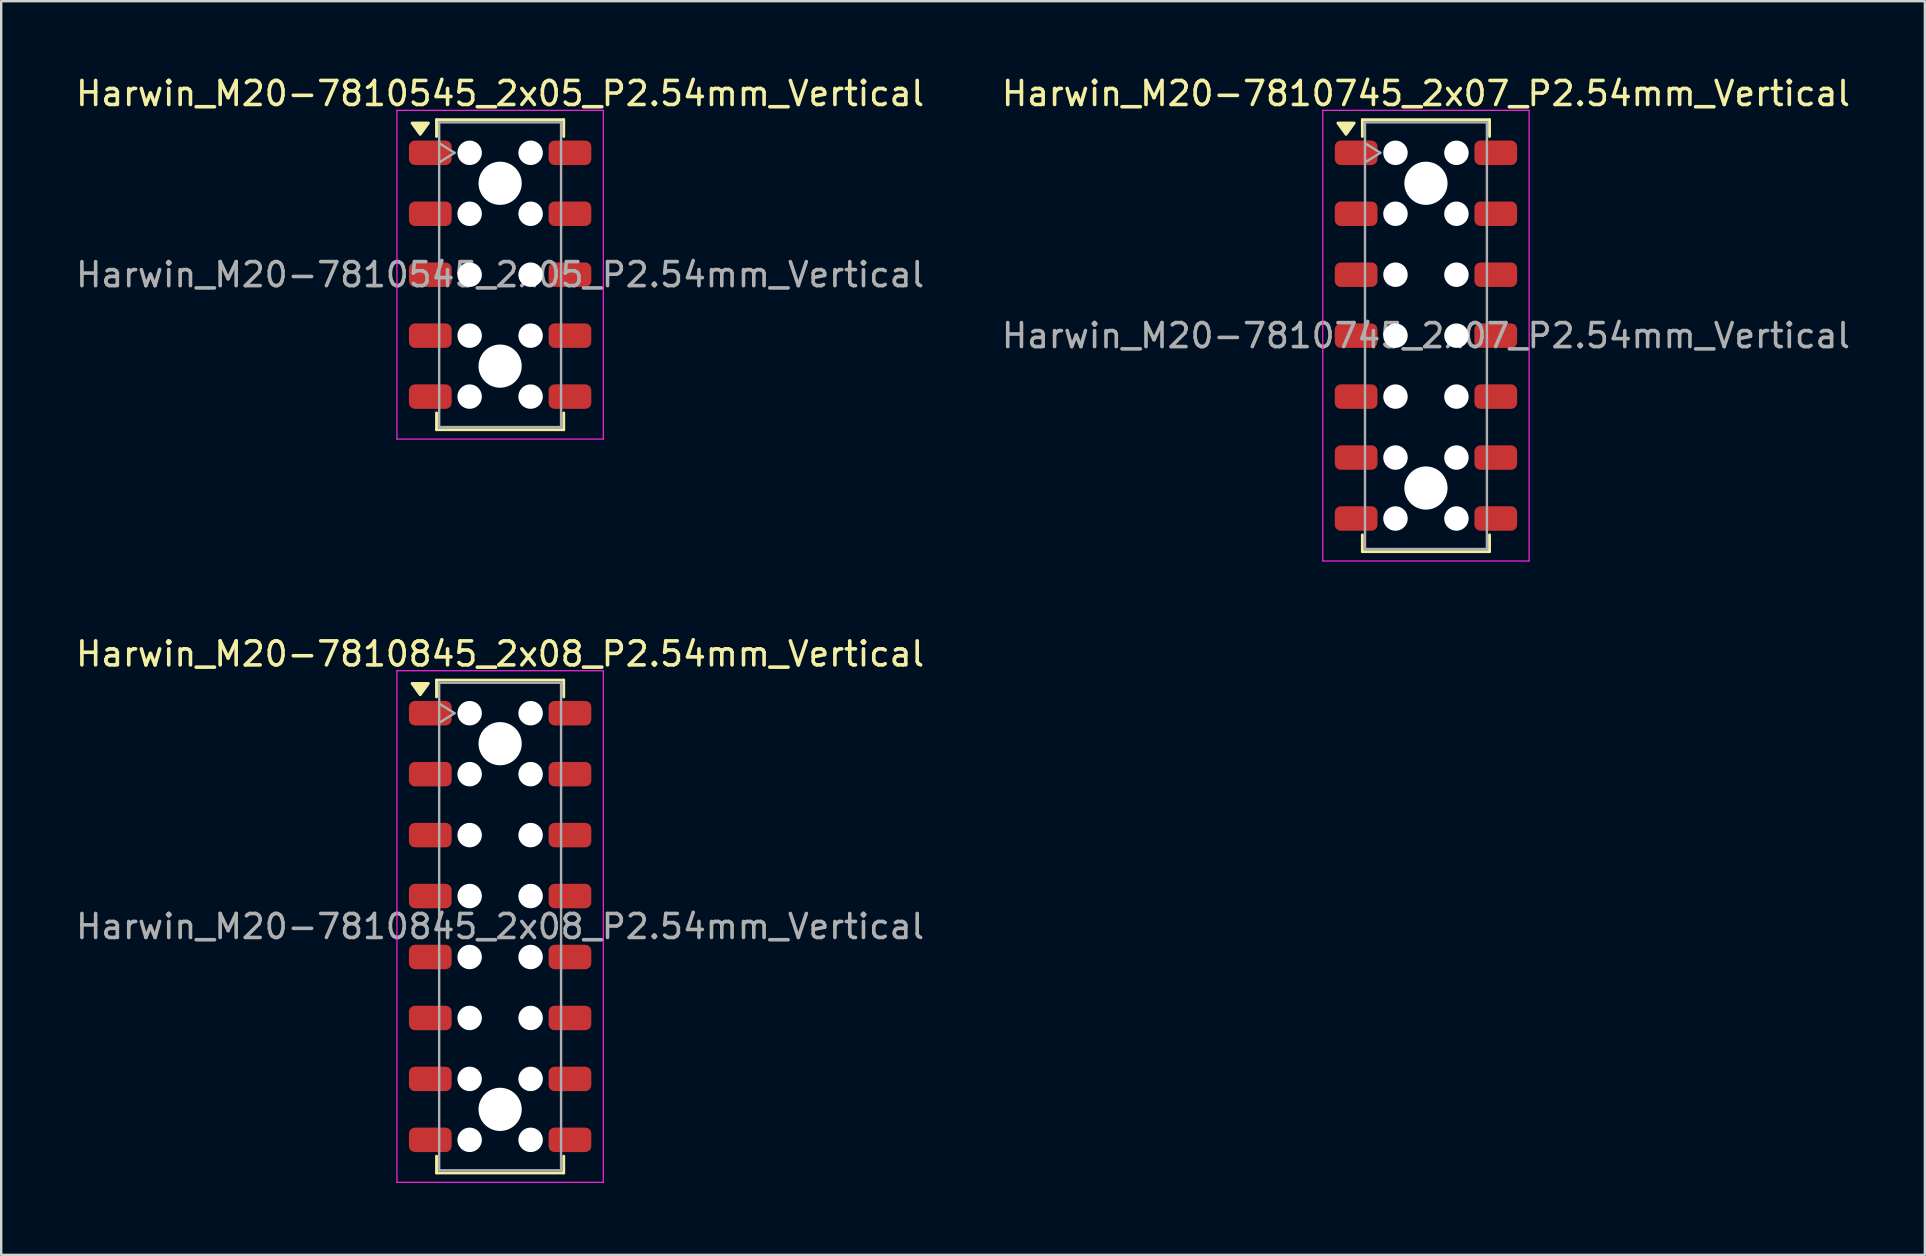
<source format=kicad_pcb>
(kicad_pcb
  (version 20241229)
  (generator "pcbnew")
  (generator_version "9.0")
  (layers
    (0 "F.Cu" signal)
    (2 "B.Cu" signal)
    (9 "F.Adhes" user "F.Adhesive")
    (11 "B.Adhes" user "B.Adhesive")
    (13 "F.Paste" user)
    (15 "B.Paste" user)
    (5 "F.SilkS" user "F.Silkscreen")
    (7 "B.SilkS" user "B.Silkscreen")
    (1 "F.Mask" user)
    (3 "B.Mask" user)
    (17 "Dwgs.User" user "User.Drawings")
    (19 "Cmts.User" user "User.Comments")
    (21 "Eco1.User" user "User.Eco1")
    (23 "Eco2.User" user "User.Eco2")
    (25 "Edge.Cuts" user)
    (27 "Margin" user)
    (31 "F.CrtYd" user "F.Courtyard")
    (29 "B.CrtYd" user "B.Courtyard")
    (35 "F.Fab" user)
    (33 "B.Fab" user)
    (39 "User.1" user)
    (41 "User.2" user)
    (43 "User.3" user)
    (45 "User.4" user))
  (footprint "Harwin_M20-7810745_2x07_P2.54mm_Vertical"
    (layer "F.Cu")
    (at 56.375 10.938)
    (property "Reference" "Harwin_M20-7810745_2x07_P2.54mm_Vertical" (at 0 -10.09 0) (layer "F.SilkS") (effects (font (size 1 1) (thickness 0.15))))
    (attr smd)
    (fp_line (start -2.65 -9) (end 2.65 -9) (stroke (width 0.12) (type solid)) (layer "F.SilkS"))
    (fp_line (start -2.65 -8.3) (end -2.65 -9) (stroke (width 0.12) (type solid)) (layer "F.SilkS"))
    (fp_line (start -2.65 8.3) (end -2.65 9) (stroke (width 0.12) (type solid)) (layer "F.SilkS"))
    (fp_line (start -2.65 9) (end 2.65 9) (stroke (width 0.12) (type solid)) (layer "F.SilkS"))
    (fp_line (start 2.65 -9) (end 2.65 -8.3) (stroke (width 0.12) (type solid)) (layer "F.SilkS"))
    (fp_line (start 2.65 9) (end 2.65 8.3) (stroke (width 0.12) (type solid)) (layer "F.SilkS"))
    (fp_poly (pts (xy -3.33 -8.39) (xy -3.67 -8.86) (xy -2.99 -8.86)) (stroke (width 0.12) (type solid)) (fill yes) (layer "F.SilkS"))
    (fp_line (start -4.3 -9.39) (end 4.3 -9.39) (stroke (width 0.05) (type solid)) (layer "F.CrtYd"))
    (fp_line (start -4.3 9.39) (end -4.3 -9.39) (stroke (width 0.05) (type solid)) (layer "F.CrtYd"))
    (fp_line (start 4.3 -9.39) (end 4.3 9.39) (stroke (width 0.05) (type solid)) (layer "F.CrtYd"))
    (fp_line (start 4.3 9.39) (end -4.3 9.39) (stroke (width 0.05) (type solid)) (layer "F.CrtYd"))
    (fp_line (start -2.54 -8.89) (end 2.54 -8.89) (stroke (width 0.1) (type solid)) (layer "F.Fab"))
    (fp_line (start -2.54 -8.02) (end -1.9 -7.62) (stroke (width 0.1) (type solid)) (layer "F.Fab"))
    (fp_line (start -2.54 8.89) (end -2.54 -8.89) (stroke (width 0.1) (type solid)) (layer "F.Fab"))
    (fp_line (start -1.9 -7.62) (end -2.54 -7.22) (stroke (width 0.1) (type solid)) (layer "F.Fab"))
    (fp_line (start 2.54 -8.89) (end 2.54 8.89) (stroke (width 0.1) (type solid)) (layer "F.Fab"))
    (fp_line (start 2.54 8.89) (end -2.54 8.89) (stroke (width 0.1) (type solid)) (layer "F.Fab"))
    (fp_text user "${REFERENCE}" (at 0 0 0) (layer "F.Fab") (effects (font (size 1 1) (thickness 0.15))))
    (pad "" np_thru_hole circle (at -1.27 -7.62) (size 1.02 1.02) (drill 1.02) (layers "*.Cu" "*.Mask"))
    (pad "" np_thru_hole circle (at -1.27 -5.08) (size 1.02 1.02) (drill 1.02) (layers "*.Cu" "*.Mask"))
    (pad "" np_thru_hole circle (at -1.27 -2.54) (size 1.02 1.02) (drill 1.02) (layers "*.Cu" "*.Mask"))
    (pad "" np_thru_hole circle (at -1.27 0) (size 1.02 1.02) (drill 1.02) (layers "*.Cu" "*.Mask"))
    (pad "" np_thru_hole circle (at -1.27 2.54) (size 1.02 1.02) (drill 1.02) (layers "*.Cu" "*.Mask"))
    (pad "" np_thru_hole circle (at -1.27 5.08) (size 1.02 1.02) (drill 1.02) (layers "*.Cu" "*.Mask"))
    (pad "" np_thru_hole circle (at -1.27 7.62) (size 1.02 1.02) (drill 1.02) (layers "*.Cu" "*.Mask"))
    (pad "" np_thru_hole circle (at 0 -6.35) (size 1.8 1.8) (drill 1.8) (layers "*.Cu" "*.Mask"))
    (pad "" np_thru_hole circle (at 0 6.35) (size 1.8 1.8) (drill 1.8) (layers "*.Cu" "*.Mask"))
    (pad "" np_thru_hole circle (at 1.27 -7.62) (size 1.02 1.02) (drill 1.02) (layers "*.Cu" "*.Mask"))
    (pad "" np_thru_hole circle (at 1.27 -5.08) (size 1.02 1.02) (drill 1.02) (layers "*.Cu" "*.Mask"))
    (pad "" np_thru_hole circle (at 1.27 -2.54) (size 1.02 1.02) (drill 1.02) (layers "*.Cu" "*.Mask"))
    (pad "" np_thru_hole circle (at 1.27 0) (size 1.02 1.02) (drill 1.02) (layers "*.Cu" "*.Mask"))
    (pad "" np_thru_hole circle (at 1.27 2.54) (size 1.02 1.02) (drill 1.02) (layers "*.Cu" "*.Mask"))
    (pad "" np_thru_hole circle (at 1.27 5.08) (size 1.02 1.02) (drill 1.02) (layers "*.Cu" "*.Mask"))
    (pad "" np_thru_hole circle (at 1.27 7.62) (size 1.02 1.02) (drill 1.02) (layers "*.Cu" "*.Mask"))
    (pad "1" smd roundrect (at -2.91 -7.62) (size 1.78 1.02) (layers "F.Cu" "F.Mask" "F.Paste") (roundrect_rratio 0.245))
    (pad "2" smd roundrect (at -2.91 -5.08) (size 1.78 1.02) (layers "F.Cu" "F.Mask" "F.Paste") (roundrect_rratio 0.245))
    (pad "3" smd roundrect (at -2.91 -2.54) (size 1.78 1.02) (layers "F.Cu" "F.Mask" "F.Paste") (roundrect_rratio 0.245))
    (pad "4" smd roundrect (at -2.91 0) (size 1.78 1.02) (layers "F.Cu" "F.Mask" "F.Paste") (roundrect_rratio 0.245))
    (pad "5" smd roundrect (at -2.91 2.54) (size 1.78 1.02) (layers "F.Cu" "F.Mask" "F.Paste") (roundrect_rratio 0.245))
    (pad "6" smd roundrect (at -2.91 5.08) (size 1.78 1.02) (layers "F.Cu" "F.Mask" "F.Paste") (roundrect_rratio 0.245))
    (pad "7" smd roundrect (at -2.91 7.62) (size 1.78 1.02) (layers "F.Cu" "F.Mask" "F.Paste") (roundrect_rratio 0.245))
    (pad "8" smd roundrect (at 2.91 -7.62) (size 1.78 1.02) (layers "F.Cu" "F.Mask" "F.Paste") (roundrect_rratio 0.245))
    (pad "9" smd roundrect (at 2.91 -5.08) (size 1.78 1.02) (layers "F.Cu" "F.Mask" "F.Paste") (roundrect_rratio 0.245))
    (pad "10" smd roundrect (at 2.91 -2.54) (size 1.78 1.02) (layers "F.Cu" "F.Mask" "F.Paste") (roundrect_rratio 0.245))
    (pad "11" smd roundrect (at 2.91 0) (size 1.78 1.02) (layers "F.Cu" "F.Mask" "F.Paste") (roundrect_rratio 0.245))
    (pad "12" smd roundrect (at 2.91 2.54) (size 1.78 1.02) (layers "F.Cu" "F.Mask" "F.Paste") (roundrect_rratio 0.245))
    (pad "13" smd roundrect (at 2.91 5.08) (size 1.78 1.02) (layers "F.Cu" "F.Mask" "F.Paste") (roundrect_rratio 0.245))
    (pad "14" smd roundrect (at 2.91 7.62) (size 1.78 1.02) (layers "F.Cu" "F.Mask" "F.Paste") (roundrect_rratio 0.245)))
  (footprint "Harwin_M20-7810845_2x08_P2.54mm_Vertical"
    (layer "F.Cu")
    (at 17.792 35.562)
    (property "Reference" "Harwin_M20-7810845_2x08_P2.54mm_Vertical" (at 0 -11.36 0) (layer "F.SilkS") (effects (font (size 1 1) (thickness 0.15))))
    (attr smd)
    (fp_line (start -2.65 -10.27) (end 2.65 -10.27) (stroke (width 0.12) (type solid)) (layer "F.SilkS"))
    (fp_line (start -2.65 -9.57) (end -2.65 -10.27) (stroke (width 0.12) (type solid)) (layer "F.SilkS"))
    (fp_line (start -2.65 9.57) (end -2.65 10.27) (stroke (width 0.12) (type solid)) (layer "F.SilkS"))
    (fp_line (start -2.65 10.27) (end 2.65 10.27) (stroke (width 0.12) (type solid)) (layer "F.SilkS"))
    (fp_line (start 2.65 -10.27) (end 2.65 -9.57) (stroke (width 0.12) (type solid)) (layer "F.SilkS"))
    (fp_line (start 2.65 10.27) (end 2.65 9.57) (stroke (width 0.12) (type solid)) (layer "F.SilkS"))
    (fp_poly (pts (xy -3.33 -9.66) (xy -3.67 -10.13) (xy -2.99 -10.13)) (stroke (width 0.12) (type solid)) (fill yes) (layer "F.SilkS"))
    (fp_line (start -4.3 -10.66) (end 4.3 -10.66) (stroke (width 0.05) (type solid)) (layer "F.CrtYd"))
    (fp_line (start -4.3 10.66) (end -4.3 -10.66) (stroke (width 0.05) (type solid)) (layer "F.CrtYd"))
    (fp_line (start 4.3 -10.66) (end 4.3 10.66) (stroke (width 0.05) (type solid)) (layer "F.CrtYd"))
    (fp_line (start 4.3 10.66) (end -4.3 10.66) (stroke (width 0.05) (type solid)) (layer "F.CrtYd"))
    (fp_line (start -2.54 -10.16) (end 2.54 -10.16) (stroke (width 0.1) (type solid)) (layer "F.Fab"))
    (fp_line (start -2.54 -9.29) (end -1.9 -8.89) (stroke (width 0.1) (type solid)) (layer "F.Fab"))
    (fp_line (start -2.54 10.16) (end -2.54 -10.16) (stroke (width 0.1) (type solid)) (layer "F.Fab"))
    (fp_line (start -1.9 -8.89) (end -2.54 -8.49) (stroke (width 0.1) (type solid)) (layer "F.Fab"))
    (fp_line (start 2.54 -10.16) (end 2.54 10.16) (stroke (width 0.1) (type solid)) (layer "F.Fab"))
    (fp_line (start 2.54 10.16) (end -2.54 10.16) (stroke (width 0.1) (type solid)) (layer "F.Fab"))
    (fp_text user "${REFERENCE}" (at 0 0 0) (layer "F.Fab") (effects (font (size 1 1) (thickness 0.15))))
    (pad "" np_thru_hole circle (at -1.27 -8.89) (size 1.02 1.02) (drill 1.02) (layers "*.Cu" "*.Mask"))
    (pad "" np_thru_hole circle (at -1.27 -6.35) (size 1.02 1.02) (drill 1.02) (layers "*.Cu" "*.Mask"))
    (pad "" np_thru_hole circle (at -1.27 -3.81) (size 1.02 1.02) (drill 1.02) (layers "*.Cu" "*.Mask"))
    (pad "" np_thru_hole circle (at -1.27 -1.27) (size 1.02 1.02) (drill 1.02) (layers "*.Cu" "*.Mask"))
    (pad "" np_thru_hole circle (at -1.27 1.27) (size 1.02 1.02) (drill 1.02) (layers "*.Cu" "*.Mask"))
    (pad "" np_thru_hole circle (at -1.27 3.81) (size 1.02 1.02) (drill 1.02) (layers "*.Cu" "*.Mask"))
    (pad "" np_thru_hole circle (at -1.27 6.35) (size 1.02 1.02) (drill 1.02) (layers "*.Cu" "*.Mask"))
    (pad "" np_thru_hole circle (at -1.27 8.89) (size 1.02 1.02) (drill 1.02) (layers "*.Cu" "*.Mask"))
    (pad "" np_thru_hole circle (at 0 -7.62) (size 1.8 1.8) (drill 1.8) (layers "*.Cu" "*.Mask"))
    (pad "" np_thru_hole circle (at 0 7.62) (size 1.8 1.8) (drill 1.8) (layers "*.Cu" "*.Mask"))
    (pad "" np_thru_hole circle (at 1.27 -8.89) (size 1.02 1.02) (drill 1.02) (layers "*.Cu" "*.Mask"))
    (pad "" np_thru_hole circle (at 1.27 -6.35) (size 1.02 1.02) (drill 1.02) (layers "*.Cu" "*.Mask"))
    (pad "" np_thru_hole circle (at 1.27 -3.81) (size 1.02 1.02) (drill 1.02) (layers "*.Cu" "*.Mask"))
    (pad "" np_thru_hole circle (at 1.27 -1.27) (size 1.02 1.02) (drill 1.02) (layers "*.Cu" "*.Mask"))
    (pad "" np_thru_hole circle (at 1.27 1.27) (size 1.02 1.02) (drill 1.02) (layers "*.Cu" "*.Mask"))
    (pad "" np_thru_hole circle (at 1.27 3.81) (size 1.02 1.02) (drill 1.02) (layers "*.Cu" "*.Mask"))
    (pad "" np_thru_hole circle (at 1.27 6.35) (size 1.02 1.02) (drill 1.02) (layers "*.Cu" "*.Mask"))
    (pad "" np_thru_hole circle (at 1.27 8.89) (size 1.02 1.02) (drill 1.02) (layers "*.Cu" "*.Mask"))
    (pad "1" smd roundrect (at -2.91 -8.89) (size 1.78 1.02) (layers "F.Cu" "F.Mask" "F.Paste") (roundrect_rratio 0.245))
    (pad "2" smd roundrect (at -2.91 -6.35) (size 1.78 1.02) (layers "F.Cu" "F.Mask" "F.Paste") (roundrect_rratio 0.245))
    (pad "3" smd roundrect (at -2.91 -3.81) (size 1.78 1.02) (layers "F.Cu" "F.Mask" "F.Paste") (roundrect_rratio 0.245))
    (pad "4" smd roundrect (at -2.91 -1.27) (size 1.78 1.02) (layers "F.Cu" "F.Mask" "F.Paste") (roundrect_rratio 0.245))
    (pad "5" smd roundrect (at -2.91 1.27) (size 1.78 1.02) (layers "F.Cu" "F.Mask" "F.Paste") (roundrect_rratio 0.245))
    (pad "6" smd roundrect (at -2.91 3.81) (size 1.78 1.02) (layers "F.Cu" "F.Mask" "F.Paste") (roundrect_rratio 0.245))
    (pad "7" smd roundrect (at -2.91 6.35) (size 1.78 1.02) (layers "F.Cu" "F.Mask" "F.Paste") (roundrect_rratio 0.245))
    (pad "8" smd roundrect (at -2.91 8.89) (size 1.78 1.02) (layers "F.Cu" "F.Mask" "F.Paste") (roundrect_rratio 0.245))
    (pad "9" smd roundrect (at 2.91 -8.89) (size 1.78 1.02) (layers "F.Cu" "F.Mask" "F.Paste") (roundrect_rratio 0.245))
    (pad "10" smd roundrect (at 2.91 -6.35) (size 1.78 1.02) (layers "F.Cu" "F.Mask" "F.Paste") (roundrect_rratio 0.245))
    (pad "11" smd roundrect (at 2.91 -3.81) (size 1.78 1.02) (layers "F.Cu" "F.Mask" "F.Paste") (roundrect_rratio 0.245))
    (pad "12" smd roundrect (at 2.91 -1.27) (size 1.78 1.02) (layers "F.Cu" "F.Mask" "F.Paste") (roundrect_rratio 0.245))
    (pad "13" smd roundrect (at 2.91 1.27) (size 1.78 1.02) (layers "F.Cu" "F.Mask" "F.Paste") (roundrect_rratio 0.245))
    (pad "14" smd roundrect (at 2.91 3.81) (size 1.78 1.02) (layers "F.Cu" "F.Mask" "F.Paste") (roundrect_rratio 0.245))
    (pad "15" smd roundrect (at 2.91 6.35) (size 1.78 1.02) (layers "F.Cu" "F.Mask" "F.Paste") (roundrect_rratio 0.245))
    (pad "16" smd roundrect (at 2.91 8.89) (size 1.78 1.02) (layers "F.Cu" "F.Mask" "F.Paste") (roundrect_rratio 0.245)))
  (footprint "Harwin_M20-7810545_2x05_P2.54mm_Vertical"
    (layer "F.Cu")
    (at 17.792 8.398)
    (property "Reference" "Harwin_M20-7810545_2x05_P2.54mm_Vertical" (at 0 -7.55 0) (layer "F.SilkS") (effects (font (size 1 1) (thickness 0.15))))
    (attr smd)
    (fp_line (start -2.65 -6.46) (end 2.65 -6.46) (stroke (width 0.12) (type solid)) (layer "F.SilkS"))
    (fp_line (start -2.65 -5.76) (end -2.65 -6.46) (stroke (width 0.12) (type solid)) (layer "F.SilkS"))
    (fp_line (start -2.65 5.76) (end -2.65 6.46) (stroke (width 0.12) (type solid)) (layer "F.SilkS"))
    (fp_line (start -2.65 6.46) (end 2.65 6.46) (stroke (width 0.12) (type solid)) (layer "F.SilkS"))
    (fp_line (start 2.65 -6.46) (end 2.65 -5.76) (stroke (width 0.12) (type solid)) (layer "F.SilkS"))
    (fp_line (start 2.65 6.46) (end 2.65 5.76) (stroke (width 0.12) (type solid)) (layer "F.SilkS"))
    (fp_poly (pts (xy -3.33 -5.85) (xy -3.67 -6.32) (xy -2.99 -6.32)) (stroke (width 0.12) (type solid)) (fill yes) (layer "F.SilkS"))
    (fp_line (start -4.3 -6.85) (end 4.3 -6.85) (stroke (width 0.05) (type solid)) (layer "F.CrtYd"))
    (fp_line (start -4.3 6.85) (end -4.3 -6.85) (stroke (width 0.05) (type solid)) (layer "F.CrtYd"))
    (fp_line (start 4.3 -6.85) (end 4.3 6.85) (stroke (width 0.05) (type solid)) (layer "F.CrtYd"))
    (fp_line (start 4.3 6.85) (end -4.3 6.85) (stroke (width 0.05) (type solid)) (layer "F.CrtYd"))
    (fp_line (start -2.54 -6.35) (end 2.54 -6.35) (stroke (width 0.1) (type solid)) (layer "F.Fab"))
    (fp_line (start -2.54 -5.48) (end -1.9 -5.08) (stroke (width 0.1) (type solid)) (layer "F.Fab"))
    (fp_line (start -2.54 6.35) (end -2.54 -6.35) (stroke (width 0.1) (type solid)) (layer "F.Fab"))
    (fp_line (start -1.9 -5.08) (end -2.54 -4.68) (stroke (width 0.1) (type solid)) (layer "F.Fab"))
    (fp_line (start 2.54 -6.35) (end 2.54 6.35) (stroke (width 0.1) (type solid)) (layer "F.Fab"))
    (fp_line (start 2.54 6.35) (end -2.54 6.35) (stroke (width 0.1) (type solid)) (layer "F.Fab"))
    (fp_text user "${REFERENCE}" (at 0 0 0) (layer "F.Fab") (effects (font (size 1 1) (thickness 0.15))))
    (pad "" np_thru_hole circle (at -1.27 -5.08) (size 1.02 1.02) (drill 1.02) (layers "*.Cu" "*.Mask"))
    (pad "" np_thru_hole circle (at -1.27 -2.54) (size 1.02 1.02) (drill 1.02) (layers "*.Cu" "*.Mask"))
    (pad "" np_thru_hole circle (at -1.27 0) (size 1.02 1.02) (drill 1.02) (layers "*.Cu" "*.Mask"))
    (pad "" np_thru_hole circle (at -1.27 2.54) (size 1.02 1.02) (drill 1.02) (layers "*.Cu" "*.Mask"))
    (pad "" np_thru_hole circle (at -1.27 5.08) (size 1.02 1.02) (drill 1.02) (layers "*.Cu" "*.Mask"))
    (pad "" np_thru_hole circle (at 0 -3.81) (size 1.8 1.8) (drill 1.8) (layers "*.Cu" "*.Mask"))
    (pad "" np_thru_hole circle (at 0 3.81) (size 1.8 1.8) (drill 1.8) (layers "*.Cu" "*.Mask"))
    (pad "" np_thru_hole circle (at 1.27 -5.08) (size 1.02 1.02) (drill 1.02) (layers "*.Cu" "*.Mask"))
    (pad "" np_thru_hole circle (at 1.27 -2.54) (size 1.02 1.02) (drill 1.02) (layers "*.Cu" "*.Mask"))
    (pad "" np_thru_hole circle (at 1.27 0) (size 1.02 1.02) (drill 1.02) (layers "*.Cu" "*.Mask"))
    (pad "" np_thru_hole circle (at 1.27 2.54) (size 1.02 1.02) (drill 1.02) (layers "*.Cu" "*.Mask"))
    (pad "" np_thru_hole circle (at 1.27 5.08) (size 1.02 1.02) (drill 1.02) (layers "*.Cu" "*.Mask"))
    (pad "1" smd roundrect (at -2.91 -5.08) (size 1.78 1.02) (layers "F.Cu" "F.Mask" "F.Paste") (roundrect_rratio 0.245))
    (pad "2" smd roundrect (at -2.91 -2.54) (size 1.78 1.02) (layers "F.Cu" "F.Mask" "F.Paste") (roundrect_rratio 0.245))
    (pad "3" smd roundrect (at -2.91 0) (size 1.78 1.02) (layers "F.Cu" "F.Mask" "F.Paste") (roundrect_rratio 0.245))
    (pad "4" smd roundrect (at -2.91 2.54) (size 1.78 1.02) (layers "F.Cu" "F.Mask" "F.Paste") (roundrect_rratio 0.245))
    (pad "5" smd roundrect (at -2.91 5.08) (size 1.78 1.02) (layers "F.Cu" "F.Mask" "F.Paste") (roundrect_rratio 0.245))
    (pad "6" smd roundrect (at 2.91 -5.08) (size 1.78 1.02) (layers "F.Cu" "F.Mask" "F.Paste") (roundrect_rratio 0.245))
    (pad "7" smd roundrect (at 2.91 -2.54) (size 1.78 1.02) (layers "F.Cu" "F.Mask" "F.Paste") (roundrect_rratio 0.245))
    (pad "8" smd roundrect (at 2.91 0) (size 1.78 1.02) (layers "F.Cu" "F.Mask" "F.Paste") (roundrect_rratio 0.245))
    (pad "9" smd roundrect (at 2.91 2.54) (size 1.78 1.02) (layers "F.Cu" "F.Mask" "F.Paste") (roundrect_rratio 0.245))
    (pad "10" smd roundrect (at 2.91 5.08) (size 1.78 1.02) (layers "F.Cu" "F.Mask" "F.Paste") (roundrect_rratio 0.245)))
  (gr_rect
    (start -3 -3)
    (end 77.167 49.246)
    (stroke (width 0.1) (type default))
    (fill no)
    (layer "Edge.Cuts")))
</source>
